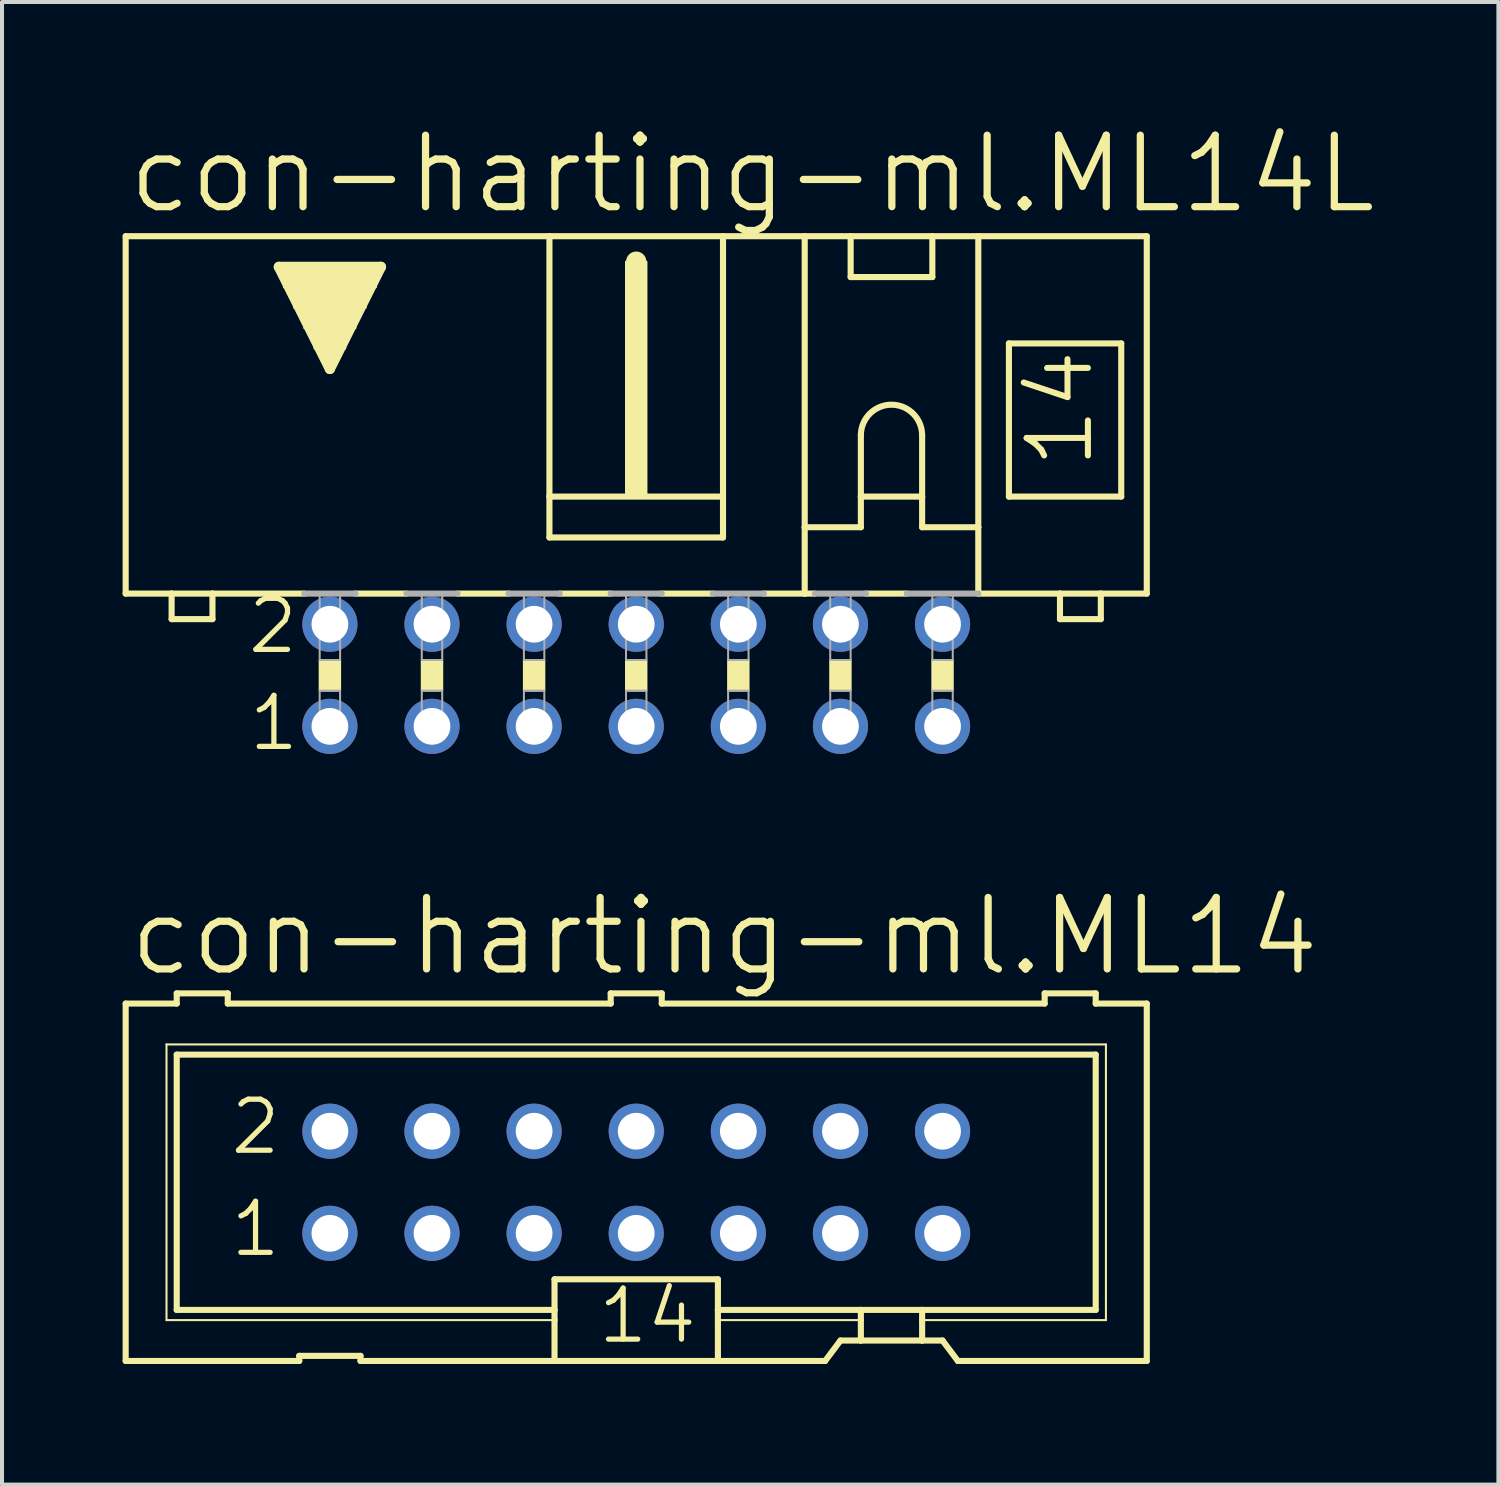
<source format=kicad_pcb>
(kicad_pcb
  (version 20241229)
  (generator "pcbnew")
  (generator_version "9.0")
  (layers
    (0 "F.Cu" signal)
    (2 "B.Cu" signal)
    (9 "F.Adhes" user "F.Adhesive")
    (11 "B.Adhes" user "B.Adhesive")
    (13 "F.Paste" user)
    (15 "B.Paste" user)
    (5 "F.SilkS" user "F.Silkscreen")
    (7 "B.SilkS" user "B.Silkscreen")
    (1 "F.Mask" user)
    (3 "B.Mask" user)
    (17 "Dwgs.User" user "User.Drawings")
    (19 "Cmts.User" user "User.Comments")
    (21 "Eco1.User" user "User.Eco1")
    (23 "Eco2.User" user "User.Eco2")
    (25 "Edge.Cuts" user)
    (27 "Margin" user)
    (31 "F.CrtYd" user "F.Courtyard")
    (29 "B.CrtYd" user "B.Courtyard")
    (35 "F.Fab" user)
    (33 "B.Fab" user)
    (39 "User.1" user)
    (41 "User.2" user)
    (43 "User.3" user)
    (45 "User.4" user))
  (footprint "con-harting-ml.ML14L"
    (layer "F.Cu")
    (at 12.776 13.748)
    (property "Reference" "con-harting-ml.ML14L" (at -12.725 -11.43 0) (layer "F.SilkS") (effects (font (size 1.778 1.778) (thickness 0.18)) (justify left bottom)))
    (attr through_hole)
    (fp_line (start -12.7 -10.922) (end -12.7 -2.032) (stroke (width 0.152) (type default)) (layer "F.SilkS"))
    (fp_line (start -12.7 -2.032) (end -11.557 -2.032) (stroke (width 0.152) (type default)) (layer "F.SilkS"))
    (fp_line (start -11.557 -2.032) (end -11.557 -1.397) (stroke (width 0.152) (type default)) (layer "F.SilkS"))
    (fp_line (start -11.557 -2.032) (end -10.541 -2.032) (stroke (width 0.152) (type default)) (layer "F.SilkS"))
    (fp_line (start -10.541 -2.032) (end -8.255 -2.032) (stroke (width 0.152) (type default)) (layer "F.SilkS"))
    (fp_line (start -10.541 -1.397) (end -11.557 -1.397) (stroke (width 0.152) (type default)) (layer "F.SilkS"))
    (fp_line (start -10.541 -1.397) (end -10.541 -2.032) (stroke (width 0.152) (type default)) (layer "F.SilkS"))
    (fp_line (start -8.89 -10.16) (end -6.35 -10.16) (stroke (width 0.254) (type default)) (layer "F.SilkS"))
    (fp_line (start -7.62 -7.62) (end -8.89 -10.16) (stroke (width 0.254) (type default)) (layer "F.SilkS"))
    (fp_line (start -6.985 -2.032) (end -5.715 -2.032) (stroke (width 0.152) (type default)) (layer "F.SilkS"))
    (fp_line (start -6.35 -10.16) (end -7.62 -7.62) (stroke (width 0.254) (type default)) (layer "F.SilkS"))
    (fp_line (start -4.445 -2.032) (end -3.175 -2.032) (stroke (width 0.152) (type default)) (layer "F.SilkS"))
    (fp_line (start -2.159 -10.922) (end -12.7 -10.922) (stroke (width 0.152) (type default)) (layer "F.SilkS"))
    (fp_line (start -2.159 -10.922) (end -2.159 -4.445) (stroke (width 0.152) (type default)) (layer "F.SilkS"))
    (fp_line (start -2.159 -10.922) (end 2.159 -10.922) (stroke (width 0.152) (type default)) (layer "F.SilkS"))
    (fp_line (start -2.159 -4.445) (end -2.159 -3.429) (stroke (width 0.152) (type default)) (layer "F.SilkS"))
    (fp_line (start -1.905 -2.032) (end -0.635 -2.032) (stroke (width 0.152) (type default)) (layer "F.SilkS"))
    (fp_line (start 0 -10.033) (end 0 -10.287) (stroke (width 0.508) (type default)) (layer "F.SilkS"))
    (fp_line (start 0.635 -2.032) (end 1.905 -2.032) (stroke (width 0.152) (type default)) (layer "F.SilkS"))
    (fp_line (start 2.159 -10.922) (end 2.159 -4.445) (stroke (width 0.152) (type default)) (layer "F.SilkS"))
    (fp_line (start 2.159 -10.922) (end 4.191 -10.922) (stroke (width 0.152) (type default)) (layer "F.SilkS"))
    (fp_line (start 2.159 -4.445) (end -2.159 -4.445) (stroke (width 0.152) (type default)) (layer "F.SilkS"))
    (fp_line (start 2.159 -4.445) (end 2.159 -3.429) (stroke (width 0.152) (type default)) (layer "F.SilkS"))
    (fp_line (start 2.159 -3.429) (end -2.159 -3.429) (stroke (width 0.152) (type default)) (layer "F.SilkS"))
    (fp_line (start 3.175 -2.032) (end 4.191 -2.032) (stroke (width 0.152) (type default)) (layer "F.SilkS"))
    (fp_line (start 4.191 -10.922) (end 12.7 -10.922) (stroke (width 0.152) (type default)) (layer "F.SilkS"))
    (fp_line (start 4.191 -3.683) (end 4.191 -10.922) (stroke (width 0.152) (type default)) (layer "F.SilkS"))
    (fp_line (start 4.191 -3.683) (end 4.191 -2.032) (stroke (width 0.152) (type default)) (layer "F.SilkS"))
    (fp_line (start 4.191 -3.683) (end 5.588 -3.683) (stroke (width 0.152) (type default)) (layer "F.SilkS"))
    (fp_line (start 4.191 -2.032) (end 4.445 -2.032) (stroke (width 0.152) (type default)) (layer "F.SilkS"))
    (fp_line (start 5.334 -9.906) (end 5.334 -10.922) (stroke (width 0.152) (type default)) (layer "F.SilkS"))
    (fp_line (start 5.334 -9.906) (end 7.366 -9.906) (stroke (width 0.152) (type default)) (layer "F.SilkS"))
    (fp_line (start 5.588 -5.969) (end 5.588 -4.445) (stroke (width 0.152) (type default)) (layer "F.SilkS"))
    (fp_line (start 5.588 -4.445) (end 5.588 -3.683) (stroke (width 0.152) (type default)) (layer "F.SilkS"))
    (fp_line (start 5.588 -4.445) (end 7.112 -4.445) (stroke (width 0.152) (type default)) (layer "F.SilkS"))
    (fp_line (start 5.715 -2.032) (end 6.731 -2.032) (stroke (width 0.152) (type default)) (layer "F.SilkS"))
    (fp_line (start 7.112 -5.969) (end 7.112 -4.445) (stroke (width 0.152) (type default)) (layer "F.SilkS"))
    (fp_line (start 7.112 -4.445) (end 7.112 -3.683) (stroke (width 0.152) (type default)) (layer "F.SilkS"))
    (fp_line (start 7.112 -3.683) (end 8.509 -3.683) (stroke (width 0.152) (type default)) (layer "F.SilkS"))
    (fp_line (start 7.366 -10.922) (end 7.366 -9.906) (stroke (width 0.152) (type default)) (layer "F.SilkS"))
    (fp_line (start 8.509 -3.683) (end 8.509 -10.922) (stroke (width 0.152) (type default)) (layer "F.SilkS"))
    (fp_line (start 8.509 -3.683) (end 8.509 -2.032) (stroke (width 0.152) (type default)) (layer "F.SilkS"))
    (fp_line (start 9.271 -8.255) (end 9.271 -4.445) (stroke (width 0.152) (type default)) (layer "F.SilkS"))
    (fp_line (start 9.271 -8.255) (end 12.065 -8.255) (stroke (width 0.152) (type default)) (layer "F.SilkS"))
    (fp_line (start 9.271 -4.445) (end 12.065 -4.445) (stroke (width 0.152) (type default)) (layer "F.SilkS"))
    (fp_line (start 10.541 -2.032) (end 8.509 -2.032) (stroke (width 0.152) (type default)) (layer "F.SilkS"))
    (fp_line (start 10.541 -2.032) (end 10.541 -1.397) (stroke (width 0.152) (type default)) (layer "F.SilkS"))
    (fp_line (start 11.557 -2.032) (end 10.541 -2.032) (stroke (width 0.152) (type default)) (layer "F.SilkS"))
    (fp_line (start 11.557 -1.397) (end 10.541 -1.397) (stroke (width 0.152) (type default)) (layer "F.SilkS"))
    (fp_line (start 11.557 -1.397) (end 11.557 -2.032) (stroke (width 0.152) (type default)) (layer "F.SilkS"))
    (fp_line (start 12.065 -4.445) (end 12.065 -8.255) (stroke (width 0.152) (type default)) (layer "F.SilkS"))
    (fp_line (start 12.7 -10.922) (end 12.7 -2.032) (stroke (width 0.152) (type default)) (layer "F.SilkS"))
    (fp_line (start 12.7 -2.032) (end 11.557 -2.032) (stroke (width 0.152) (type default)) (layer "F.SilkS"))
    (fp_rect (start -8.763 -9.652) (end -6.477 -10.16) (stroke (width 0.05) (type default)) (fill yes) (layer "F.SilkS"))
    (fp_rect (start -8.509 -9.144) (end -6.731 -9.652) (stroke (width 0.05) (type default)) (fill yes) (layer "F.SilkS"))
    (fp_rect (start -8.255 -8.636) (end -6.985 -9.144) (stroke (width 0.05) (type default)) (fill yes) (layer "F.SilkS"))
    (fp_rect (start -8.001 -8.128) (end -7.239 -8.636) (stroke (width 0.05) (type default)) (fill yes) (layer "F.SilkS"))
    (fp_rect (start -7.874 0.381) (end -7.366 -0.381) (stroke (width 0.05) (type default)) (fill yes) (layer "F.SilkS"))
    (fp_rect (start -7.747 -7.874) (end -7.493 -8.128) (stroke (width 0.05) (type default)) (fill yes) (layer "F.SilkS"))
    (fp_rect (start -5.334 0.381) (end -4.826 -0.381) (stroke (width 0.05) (type default)) (fill yes) (layer "F.SilkS"))
    (fp_rect (start -2.794 0.381) (end -2.286 -0.381) (stroke (width 0.05) (type default)) (fill yes) (layer "F.SilkS"))
    (fp_rect (start -0.254 -4.445) (end 0.254 -10.287) (stroke (width 0.05) (type default)) (fill yes) (layer "F.SilkS"))
    (fp_rect (start -0.254 0.381) (end 0.254 -0.381) (stroke (width 0.05) (type default)) (fill yes) (layer "F.SilkS"))
    (fp_rect (start 2.286 0.381) (end 2.794 -0.381) (stroke (width 0.05) (type default)) (fill yes) (layer "F.SilkS"))
    (fp_rect (start 4.826 0.381) (end 5.334 -0.381) (stroke (width 0.05) (type default)) (fill yes) (layer "F.SilkS"))
    (fp_rect (start 7.366 0.381) (end 7.874 -0.381) (stroke (width 0.05) (type default)) (fill yes) (layer "F.SilkS"))
    (fp_arc (start 5.588 -5.969) (mid 6.35 -6.731) (end 7.112 -5.969) (stroke (width 0.1524) (type default)) (layer "F.SilkS"))
    (fp_line (start -8.255 -2.032) (end -6.985 -2.032) (stroke (width 0.152) (type default)) (layer "F.Fab"))
    (fp_line (start -5.715 -2.032) (end -4.445 -2.032) (stroke (width 0.152) (type default)) (layer "F.Fab"))
    (fp_line (start -3.175 -2.032) (end -1.905 -2.032) (stroke (width 0.152) (type default)) (layer "F.Fab"))
    (fp_line (start -0.635 -2.032) (end 0.635 -2.032) (stroke (width 0.152) (type default)) (layer "F.Fab"))
    (fp_line (start 3.175 -2.032) (end 1.905 -2.032) (stroke (width 0.152) (type default)) (layer "F.Fab"))
    (fp_line (start 5.715 -2.032) (end 4.445 -2.032) (stroke (width 0.152) (type default)) (layer "F.Fab"))
    (fp_line (start 8.509 -2.032) (end 6.731 -2.032) (stroke (width 0.152) (type default)) (layer "F.Fab"))
    (fp_rect (start -7.874 -0.381) (end -7.366 -2.032) (stroke (width 0.05) (type default)) (fill no) (layer "F.Fab"))
    (fp_rect (start -7.874 1.524) (end -7.366 0.381) (stroke (width 0.05) (type default)) (fill no) (layer "F.Fab"))
    (fp_rect (start -5.334 -0.381) (end -4.826 -2.032) (stroke (width 0.05) (type default)) (fill no) (layer "F.Fab"))
    (fp_rect (start -5.334 1.524) (end -4.826 0.381) (stroke (width 0.05) (type default)) (fill no) (layer "F.Fab"))
    (fp_rect (start -2.794 -0.381) (end -2.286 -2.032) (stroke (width 0.05) (type default)) (fill no) (layer "F.Fab"))
    (fp_rect (start -2.794 1.524) (end -2.286 0.381) (stroke (width 0.05) (type default)) (fill no) (layer "F.Fab"))
    (fp_rect (start -0.254 -0.381) (end 0.254 -2.032) (stroke (width 0.05) (type default)) (fill no) (layer "F.Fab"))
    (fp_rect (start -0.254 1.524) (end 0.254 0.381) (stroke (width 0.05) (type default)) (fill no) (layer "F.Fab"))
    (fp_rect (start 2.286 -0.381) (end 2.794 -2.032) (stroke (width 0.05) (type default)) (fill no) (layer "F.Fab"))
    (fp_rect (start 2.286 1.524) (end 2.794 0.381) (stroke (width 0.05) (type default)) (fill no) (layer "F.Fab"))
    (fp_rect (start 4.826 -0.381) (end 5.334 -2.032) (stroke (width 0.05) (type default)) (fill no) (layer "F.Fab"))
    (fp_rect (start 4.826 1.524) (end 5.334 0.381) (stroke (width 0.05) (type default)) (fill no) (layer "F.Fab"))
    (fp_rect (start 7.366 -0.381) (end 7.874 -2.032) (stroke (width 0.05) (type default)) (fill no) (layer "F.Fab"))
    (fp_rect (start 7.366 1.524) (end 7.874 0.381) (stroke (width 0.05) (type default)) (fill no) (layer "F.Fab"))
    (fp_text user "1" (at -9.703 1.93 0) (layer "F.SilkS") (effects (font (size 1.27 1.27) (thickness 0.13)) (justify left bottom)))
    (fp_text user "2" (at -9.728 -0.483 0) (layer "F.SilkS") (effects (font (size 1.27 1.27) (thickness 0.13)) (justify left bottom)))
    (fp_text user "14" (at 11.43 -5.08 90) (layer "F.SilkS") (effects (font (size 1.524 1.524) (thickness 0.15)) (justify left bottom)))
    (pad "1" thru_hole circle (at -7.62 1.27) (size 1.372 1.372) (drill 0.914) (layers "*.Cu" "*.Mask"))
    (pad "2" thru_hole circle (at -7.62 -1.27) (size 1.372 1.372) (drill 0.914) (layers "*.Cu" "*.Mask"))
    (pad "3" thru_hole circle (at -5.08 1.27) (size 1.372 1.372) (drill 0.914) (layers "*.Cu" "*.Mask"))
    (pad "4" thru_hole circle (at -5.08 -1.27) (size 1.372 1.372) (drill 0.914) (layers "*.Cu" "*.Mask"))
    (pad "5" thru_hole circle (at -2.54 1.27) (size 1.372 1.372) (drill 0.914) (layers "*.Cu" "*.Mask"))
    (pad "6" thru_hole circle (at -2.54 -1.27) (size 1.372 1.372) (drill 0.914) (layers "*.Cu" "*.Mask"))
    (pad "7" thru_hole circle (at 0 1.27) (size 1.372 1.372) (drill 0.914) (layers "*.Cu" "*.Mask"))
    (pad "8" thru_hole circle (at 0 -1.27) (size 1.372 1.372) (drill 0.914) (layers "*.Cu" "*.Mask"))
    (pad "9" thru_hole circle (at 2.54 1.27) (size 1.372 1.372) (drill 0.914) (layers "*.Cu" "*.Mask"))
    (pad "10" thru_hole circle (at 2.54 -1.27) (size 1.372 1.372) (drill 0.914) (layers "*.Cu" "*.Mask"))
    (pad "11" thru_hole circle (at 5.08 1.27) (size 1.372 1.372) (drill 0.914) (layers "*.Cu" "*.Mask"))
    (pad "12" thru_hole circle (at 5.08 -1.27) (size 1.372 1.372) (drill 0.914) (layers "*.Cu" "*.Mask"))
    (pad "13" thru_hole circle (at 7.62 1.27) (size 1.372 1.372) (drill 0.914) (layers "*.Cu" "*.Mask"))
    (pad "14" thru_hole circle (at 7.62 -1.27) (size 1.372 1.372) (drill 0.914) (layers "*.Cu" "*.Mask")))
  (footprint "con-harting-ml.ML14"
    (layer "F.Cu")
    (at 12.776 26.359)
    (property "Reference" "con-harting-ml.ML14" (at -12.7 -5.08 0) (layer "F.SilkS") (effects (font (size 1.778 1.778) (thickness 0.18)) (justify left bottom)))
    (attr through_hole)
    (fp_line (start -12.7 -4.445) (end -12.7 4.445) (stroke (width 0.152) (type default)) (layer "F.SilkS"))
    (fp_line (start -12.7 -4.445) (end -11.43 -4.445) (stroke (width 0.152) (type default)) (layer "F.SilkS"))
    (fp_line (start -11.684 -3.429) (end -11.684 3.429) (stroke (width 0.051) (type default)) (layer "F.SilkS"))
    (fp_line (start -11.684 3.429) (end -2.032 3.429) (stroke (width 0.051) (type default)) (layer "F.SilkS"))
    (fp_line (start -11.43 -4.699) (end -11.43 -4.445) (stroke (width 0.152) (type default)) (layer "F.SilkS"))
    (fp_line (start -11.43 -3.175) (end -11.43 3.175) (stroke (width 0.152) (type default)) (layer "F.SilkS"))
    (fp_line (start -11.43 -3.175) (end 11.43 -3.175) (stroke (width 0.152) (type default)) (layer "F.SilkS"))
    (fp_line (start -10.16 -4.699) (end -11.43 -4.699) (stroke (width 0.152) (type default)) (layer "F.SilkS"))
    (fp_line (start -10.16 -4.699) (end -10.16 -4.445) (stroke (width 0.152) (type default)) (layer "F.SilkS"))
    (fp_line (start -10.16 -4.445) (end -0.635 -4.445) (stroke (width 0.152) (type default)) (layer "F.SilkS"))
    (fp_line (start -8.382 4.445) (end -12.7 4.445) (stroke (width 0.152) (type default)) (layer "F.SilkS"))
    (fp_line (start -8.382 4.445) (end -8.382 4.318) (stroke (width 0.152) (type default)) (layer "F.SilkS"))
    (fp_line (start -6.858 4.318) (end -8.382 4.318) (stroke (width 0.152) (type default)) (layer "F.SilkS"))
    (fp_line (start -6.858 4.318) (end -6.858 4.445) (stroke (width 0.152) (type default)) (layer "F.SilkS"))
    (fp_line (start -2.032 3.175) (end -11.43 3.175) (stroke (width 0.152) (type default)) (layer "F.SilkS"))
    (fp_line (start -2.032 3.175) (end -2.032 2.413) (stroke (width 0.152) (type default)) (layer "F.SilkS"))
    (fp_line (start -2.032 3.175) (end -2.032 3.429) (stroke (width 0.152) (type default)) (layer "F.SilkS"))
    (fp_line (start -2.032 3.429) (end -2.032 4.445) (stroke (width 0.152) (type default)) (layer "F.SilkS"))
    (fp_line (start -2.032 4.445) (end -6.858 4.445) (stroke (width 0.152) (type default)) (layer "F.SilkS"))
    (fp_line (start -0.635 -4.699) (end -0.635 -4.445) (stroke (width 0.152) (type default)) (layer "F.SilkS"))
    (fp_line (start 0.635 -4.699) (end -0.635 -4.699) (stroke (width 0.152) (type default)) (layer "F.SilkS"))
    (fp_line (start 0.635 -4.699) (end 0.635 -4.445) (stroke (width 0.152) (type default)) (layer "F.SilkS"))
    (fp_line (start 0.635 -4.445) (end 10.16 -4.445) (stroke (width 0.152) (type default)) (layer "F.SilkS"))
    (fp_line (start 2.032 2.413) (end -2.032 2.413) (stroke (width 0.152) (type default)) (layer "F.SilkS"))
    (fp_line (start 2.032 2.413) (end 2.032 3.175) (stroke (width 0.152) (type default)) (layer "F.SilkS"))
    (fp_line (start 2.032 3.175) (end 2.032 3.429) (stroke (width 0.152) (type default)) (layer "F.SilkS"))
    (fp_line (start 2.032 3.429) (end 2.032 4.445) (stroke (width 0.152) (type default)) (layer "F.SilkS"))
    (fp_line (start 2.032 4.445) (end -2.032 4.445) (stroke (width 0.152) (type default)) (layer "F.SilkS"))
    (fp_line (start 4.699 4.445) (end 2.032 4.445) (stroke (width 0.152) (type default)) (layer "F.SilkS"))
    (fp_line (start 4.699 4.445) (end 5.08 3.937) (stroke (width 0.152) (type default)) (layer "F.SilkS"))
    (fp_line (start 5.588 3.175) (end 2.032 3.175) (stroke (width 0.152) (type default)) (layer "F.SilkS"))
    (fp_line (start 5.588 3.175) (end 5.588 3.429) (stroke (width 0.152) (type default)) (layer "F.SilkS"))
    (fp_line (start 5.588 3.429) (end 2.032 3.429) (stroke (width 0.051) (type default)) (layer "F.SilkS"))
    (fp_line (start 5.588 3.429) (end 5.588 3.937) (stroke (width 0.152) (type default)) (layer "F.SilkS"))
    (fp_line (start 5.588 3.937) (end 5.08 3.937) (stroke (width 0.152) (type default)) (layer "F.SilkS"))
    (fp_line (start 7.112 3.175) (end 5.588 3.175) (stroke (width 0.152) (type default)) (layer "F.SilkS"))
    (fp_line (start 7.112 3.175) (end 7.112 3.429) (stroke (width 0.152) (type default)) (layer "F.SilkS"))
    (fp_line (start 7.112 3.429) (end 7.112 3.937) (stroke (width 0.152) (type default)) (layer "F.SilkS"))
    (fp_line (start 7.112 3.429) (end 11.684 3.429) (stroke (width 0.051) (type default)) (layer "F.SilkS"))
    (fp_line (start 7.112 3.937) (end 5.588 3.937) (stroke (width 0.152) (type default)) (layer "F.SilkS"))
    (fp_line (start 7.62 3.937) (end 7.112 3.937) (stroke (width 0.152) (type default)) (layer "F.SilkS"))
    (fp_line (start 7.62 3.937) (end 8.001 4.445) (stroke (width 0.152) (type default)) (layer "F.SilkS"))
    (fp_line (start 10.16 -4.445) (end 10.16 -4.699) (stroke (width 0.152) (type default)) (layer "F.SilkS"))
    (fp_line (start 11.43 -4.699) (end 10.16 -4.699) (stroke (width 0.152) (type default)) (layer "F.SilkS"))
    (fp_line (start 11.43 -4.445) (end 11.43 -4.699) (stroke (width 0.152) (type default)) (layer "F.SilkS"))
    (fp_line (start 11.43 -4.445) (end 12.7 -4.445) (stroke (width 0.152) (type default)) (layer "F.SilkS"))
    (fp_line (start 11.43 3.175) (end 7.112 3.175) (stroke (width 0.152) (type default)) (layer "F.SilkS"))
    (fp_line (start 11.43 3.175) (end 11.43 -3.175) (stroke (width 0.152) (type default)) (layer "F.SilkS"))
    (fp_line (start 11.684 -3.429) (end -11.684 -3.429) (stroke (width 0.051) (type default)) (layer "F.SilkS"))
    (fp_line (start 11.684 3.429) (end 11.684 -3.429) (stroke (width 0.051) (type default)) (layer "F.SilkS"))
    (fp_line (start 12.7 4.445) (end 8.001 4.445) (stroke (width 0.152) (type default)) (layer "F.SilkS"))
    (fp_line (start 12.7 4.445) (end 12.7 -4.445) (stroke (width 0.152) (type default)) (layer "F.SilkS"))
    (fp_rect (start -7.874 -1.016) (end -7.366 -1.524) (stroke (width 0.05) (type default)) (fill no) (layer "F.Fab"))
    (fp_rect (start -7.874 1.524) (end -7.366 1.016) (stroke (width 0.05) (type default)) (fill no) (layer "F.Fab"))
    (fp_rect (start -5.334 -1.016) (end -4.826 -1.524) (stroke (width 0.05) (type default)) (fill no) (layer "F.Fab"))
    (fp_rect (start -5.334 1.524) (end -4.826 1.016) (stroke (width 0.05) (type default)) (fill no) (layer "F.Fab"))
    (fp_rect (start -2.794 -1.016) (end -2.286 -1.524) (stroke (width 0.05) (type default)) (fill no) (layer "F.Fab"))
    (fp_rect (start -2.794 1.524) (end -2.286 1.016) (stroke (width 0.05) (type default)) (fill no) (layer "F.Fab"))
    (fp_rect (start -0.254 -1.016) (end 0.254 -1.524) (stroke (width 0.05) (type default)) (fill no) (layer "F.Fab"))
    (fp_rect (start -0.254 1.524) (end 0.254 1.016) (stroke (width 0.05) (type default)) (fill no) (layer "F.Fab"))
    (fp_rect (start 2.286 -1.016) (end 2.794 -1.524) (stroke (width 0.05) (type default)) (fill no) (layer "F.Fab"))
    (fp_rect (start 2.286 1.524) (end 2.794 1.016) (stroke (width 0.05) (type default)) (fill no) (layer "F.Fab"))
    (fp_rect (start 4.826 -1.016) (end 5.334 -1.524) (stroke (width 0.05) (type default)) (fill no) (layer "F.Fab"))
    (fp_rect (start 4.826 1.524) (end 5.334 1.016) (stroke (width 0.05) (type default)) (fill no) (layer "F.Fab"))
    (fp_rect (start 7.366 -1.016) (end 7.874 -1.524) (stroke (width 0.05) (type default)) (fill no) (layer "F.Fab"))
    (fp_rect (start 7.366 1.524) (end 7.874 1.016) (stroke (width 0.05) (type default)) (fill no) (layer "F.Fab"))
    (fp_text user "2" (at -10.16 -0.635 0) (layer "F.SilkS") (effects (font (size 1.27 1.27) (thickness 0.13)) (justify left bottom)))
    (fp_text user "14" (at -1.016 4.064 0) (layer "F.SilkS") (effects (font (size 1.27 1.27) (thickness 0.13)) (justify left bottom)))
    (fp_text user "1" (at -10.16 1.905 0) (layer "F.SilkS") (effects (font (size 1.27 1.27) (thickness 0.13)) (justify left bottom)))
    (pad "1" thru_hole circle (at -7.62 1.27) (size 1.372 1.372) (drill 0.914) (layers "*.Cu" "*.Mask"))
    (pad "2" thru_hole circle (at -7.62 -1.27) (size 1.372 1.372) (drill 0.914) (layers "*.Cu" "*.Mask"))
    (pad "3" thru_hole circle (at -5.08 1.27) (size 1.372 1.372) (drill 0.914) (layers "*.Cu" "*.Mask"))
    (pad "4" thru_hole circle (at -5.08 -1.27) (size 1.372 1.372) (drill 0.914) (layers "*.Cu" "*.Mask"))
    (pad "5" thru_hole circle (at -2.54 1.27) (size 1.372 1.372) (drill 0.914) (layers "*.Cu" "*.Mask"))
    (pad "6" thru_hole circle (at -2.54 -1.27) (size 1.372 1.372) (drill 0.914) (layers "*.Cu" "*.Mask"))
    (pad "7" thru_hole circle (at 0 1.27) (size 1.372 1.372) (drill 0.914) (layers "*.Cu" "*.Mask"))
    (pad "8" thru_hole circle (at 0 -1.27) (size 1.372 1.372) (drill 0.914) (layers "*.Cu" "*.Mask"))
    (pad "9" thru_hole circle (at 2.54 1.27) (size 1.372 1.372) (drill 0.914) (layers "*.Cu" "*.Mask"))
    (pad "10" thru_hole circle (at 2.54 -1.27) (size 1.372 1.372) (drill 0.914) (layers "*.Cu" "*.Mask"))
    (pad "11" thru_hole circle (at 5.08 1.27) (size 1.372 1.372) (drill 0.914) (layers "*.Cu" "*.Mask"))
    (pad "12" thru_hole circle (at 5.08 -1.27) (size 1.372 1.372) (drill 0.914) (layers "*.Cu" "*.Mask"))
    (pad "13" thru_hole circle (at 7.62 1.27) (size 1.372 1.372) (drill 0.914) (layers "*.Cu" "*.Mask"))
    (pad "14" thru_hole circle (at 7.62 -1.27) (size 1.372 1.372) (drill 0.914) (layers "*.Cu" "*.Mask")))
  (gr_rect
    (start -3 -3)
    (end 34.223 33.88)
    (stroke (width 0.1) (type default))
    (fill no)
    (layer "Edge.Cuts")))
</source>
